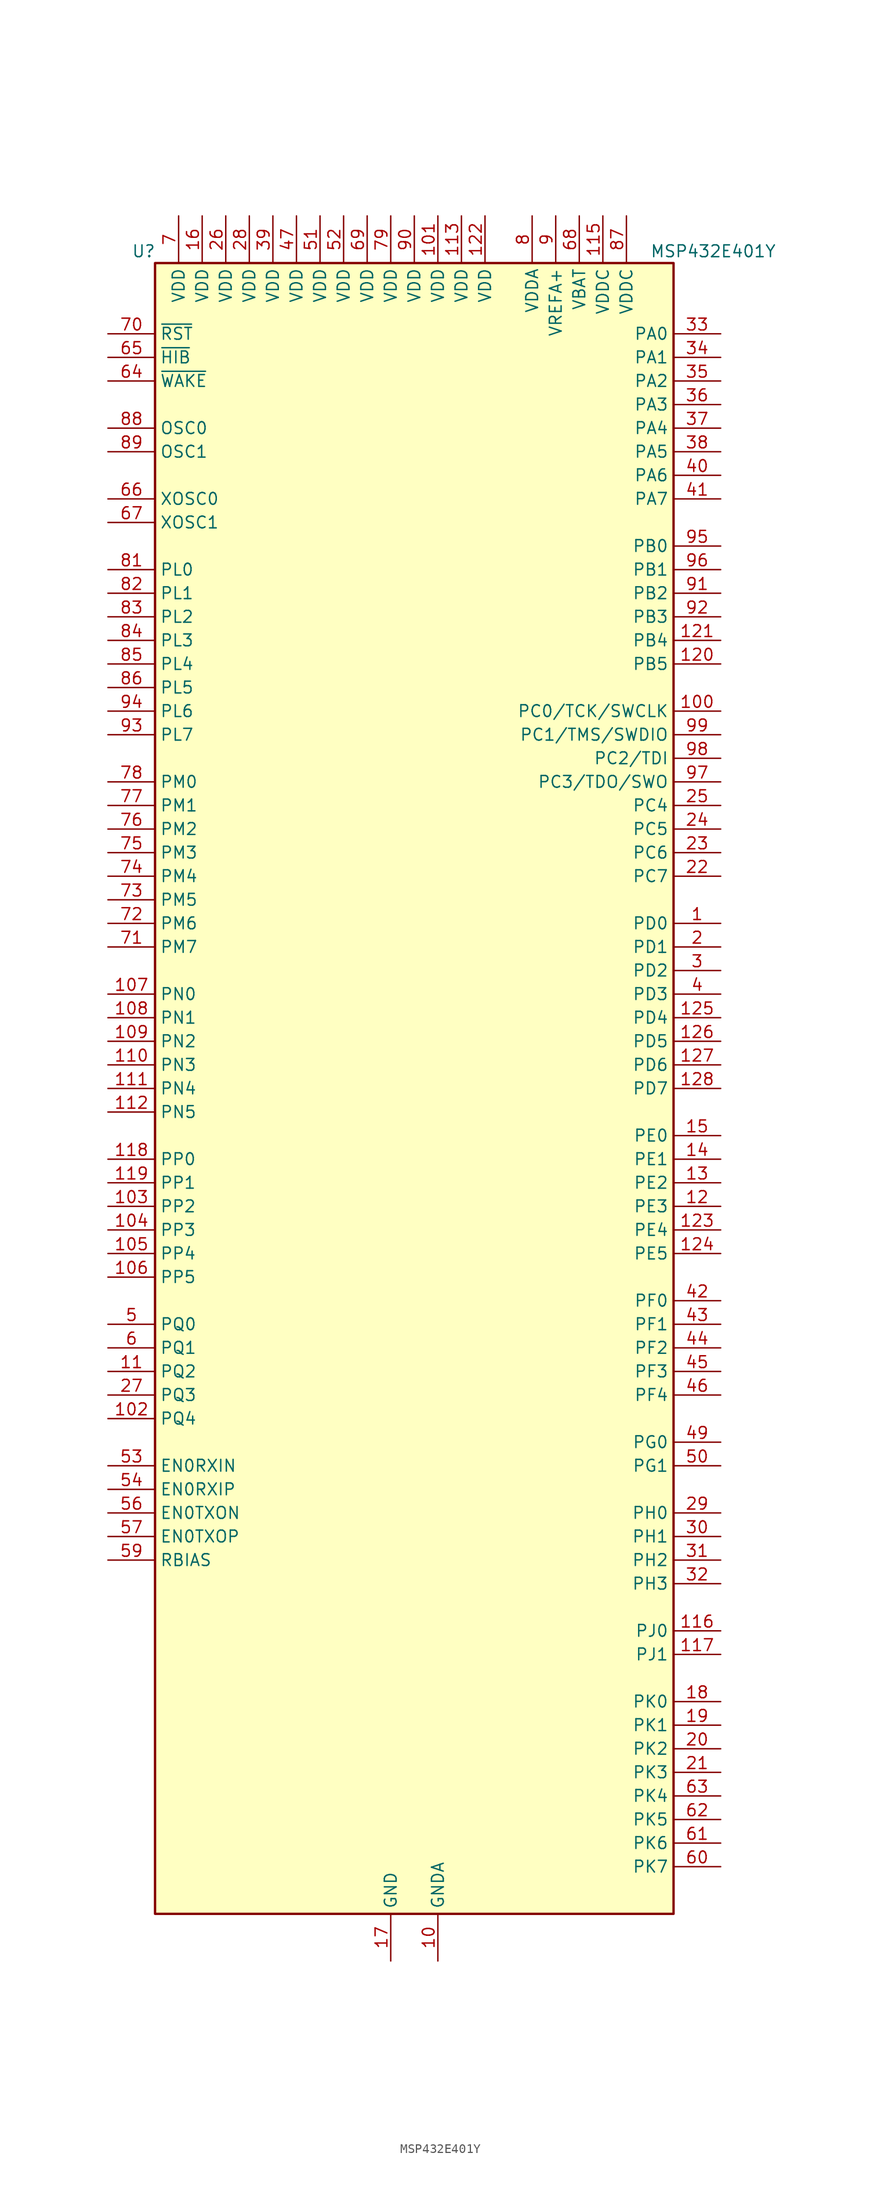
<source format=kicad_sym>
(kicad_symbol_lib
  (version 20220914)
  (generator kicad_symbol_editor)
  (symbol "MSP432E401Y"
    (property "Reference" "U"
      (at -30.48 90.17 0)
      (effects (font (size 1.27 1.27)) (justify left)))
    (property "Value" "MSP432E401Y"
      (at 25.4 90.17 0)
      (effects (font (size 1.27 1.27)) (justify left)))
    (symbol "MSP432E401Y_1_1"
      (rectangle (start -27.94 -88.9) (end 27.94 88.9) (stroke (width 0.254) (type default)) (fill (type background)))
      (pin bidirectional line (at 33.02 17.78 180) (length 5.08) (name "PD0" (effects (font (size 1.27 1.27)))) (number "1" (effects (font (size 1.27 1.27)))))
      (pin power_in line (at 2.54 -93.98 90) (length 5.08) (name "GNDA" (effects (font (size 1.27 1.27)))) (number "10" (effects (font (size 1.27 1.27)))))
      (pin bidirectional line (at 33.02 40.64 180) (length 5.08) (name "PC0/TCK/SWCLK" (effects (font (size 1.27 1.27)))) (number "100" (effects (font (size 1.27 1.27)))))
      (pin power_in line (at 2.54 93.98 270) (length 5.08) (name "VDD" (effects (font (size 1.27 1.27)))) (number "101" (effects (font (size 1.27 1.27)))))
      (pin bidirectional line (at -33.02 -35.56 0) (length 5.08) (name "PQ4" (effects (font (size 1.27 1.27)))) (number "102" (effects (font (size 1.27 1.27)))))
      (pin bidirectional line (at -33.02 -12.7 0) (length 5.08) (name "PP2" (effects (font (size 1.27 1.27)))) (number "103" (effects (font (size 1.27 1.27)))))
      (pin bidirectional line (at -33.02 -15.24 0) (length 5.08) (name "PP3" (effects (font (size 1.27 1.27)))) (number "104" (effects (font (size 1.27 1.27)))))
      (pin bidirectional line (at -33.02 -17.78 0) (length 5.08) (name "PP4" (effects (font (size 1.27 1.27)))) (number "105" (effects (font (size 1.27 1.27)))))
      (pin bidirectional line (at -33.02 -20.32 0) (length 5.08) (name "PP5" (effects (font (size 1.27 1.27)))) (number "106" (effects (font (size 1.27 1.27)))))
      (pin bidirectional line (at -33.02 10.16 0) (length 5.08) (name "PN0" (effects (font (size 1.27 1.27)))) (number "107" (effects (font (size 1.27 1.27)))))
      (pin bidirectional line (at -33.02 7.62 0) (length 5.08) (name "PN1" (effects (font (size 1.27 1.27)))) (number "108" (effects (font (size 1.27 1.27)))))
      (pin bidirectional line (at -33.02 5.08 0) (length 5.08) (name "PN2" (effects (font (size 1.27 1.27)))) (number "109" (effects (font (size 1.27 1.27)))))
      (pin bidirectional line (at -33.02 -30.48 0) (length 5.08) (name "PQ2" (effects (font (size 1.27 1.27)))) (number "11" (effects (font (size 1.27 1.27)))))
      (pin bidirectional line (at -33.02 2.54 0) (length 5.08) (name "PN3" (effects (font (size 1.27 1.27)))) (number "110" (effects (font (size 1.27 1.27)))))
      (pin bidirectional line (at -33.02 0 0) (length 5.08) (name "PN4" (effects (font (size 1.27 1.27)))) (number "111" (effects (font (size 1.27 1.27)))))
      (pin bidirectional line (at -33.02 -2.54 0) (length 5.08) (name "PN5" (effects (font (size 1.27 1.27)))) (number "112" (effects (font (size 1.27 1.27)))))
      (pin power_in line (at 5.08 93.98 270) (length 5.08) (name "VDD" (effects (font (size 1.27 1.27)))) (number "113" (effects (font (size 1.27 1.27)))))
      (pin passive line (at -2.54 -93.98 90) (length 5.08) hide (name "GND" (effects (font (size 1.27 1.27)))) (number "114" (effects (font (size 1.27 1.27)))))
      (pin power_in line (at 20.32 93.98 270) (length 5.08) (name "VDDC" (effects (font (size 1.27 1.27)))) (number "115" (effects (font (size 1.27 1.27)))))
      (pin bidirectional line (at 33.02 -58.42 180) (length 5.08) (name "PJ0" (effects (font (size 1.27 1.27)))) (number "116" (effects (font (size 1.27 1.27)))))
      (pin bidirectional line (at 33.02 -60.96 180) (length 5.08) (name "PJ1" (effects (font (size 1.27 1.27)))) (number "117" (effects (font (size 1.27 1.27)))))
      (pin bidirectional line (at -33.02 -7.62 0) (length 5.08) (name "PP0" (effects (font (size 1.27 1.27)))) (number "118" (effects (font (size 1.27 1.27)))))
      (pin bidirectional line (at -33.02 -10.16 0) (length 5.08) (name "PP1" (effects (font (size 1.27 1.27)))) (number "119" (effects (font (size 1.27 1.27)))))
      (pin bidirectional line (at 33.02 -12.7 180) (length 5.08) (name "PE3" (effects (font (size 1.27 1.27)))) (number "12" (effects (font (size 1.27 1.27)))))
      (pin bidirectional line (at 33.02 45.72 180) (length 5.08) (name "PB5" (effects (font (size 1.27 1.27)))) (number "120" (effects (font (size 1.27 1.27)))))
      (pin bidirectional line (at 33.02 48.26 180) (length 5.08) (name "PB4" (effects (font (size 1.27 1.27)))) (number "121" (effects (font (size 1.27 1.27)))))
      (pin power_in line (at 7.62 93.98 270) (length 5.08) (name "VDD" (effects (font (size 1.27 1.27)))) (number "122" (effects (font (size 1.27 1.27)))))
      (pin bidirectional line (at 33.02 -15.24 180) (length 5.08) (name "PE4" (effects (font (size 1.27 1.27)))) (number "123" (effects (font (size 1.27 1.27)))))
      (pin bidirectional line (at 33.02 -17.78 180) (length 5.08) (name "PE5" (effects (font (size 1.27 1.27)))) (number "124" (effects (font (size 1.27 1.27)))))
      (pin bidirectional line (at 33.02 7.62 180) (length 5.08) (name "PD4" (effects (font (size 1.27 1.27)))) (number "125" (effects (font (size 1.27 1.27)))))
      (pin bidirectional line (at 33.02 5.08 180) (length 5.08) (name "PD5" (effects (font (size 1.27 1.27)))) (number "126" (effects (font (size 1.27 1.27)))))
      (pin bidirectional line (at 33.02 2.54 180) (length 5.08) (name "PD6" (effects (font (size 1.27 1.27)))) (number "127" (effects (font (size 1.27 1.27)))))
      (pin bidirectional line (at 33.02 0 180) (length 5.08) (name "PD7" (effects (font (size 1.27 1.27)))) (number "128" (effects (font (size 1.27 1.27)))))
      (pin bidirectional line (at 33.02 -10.16 180) (length 5.08) (name "PE2" (effects (font (size 1.27 1.27)))) (number "13" (effects (font (size 1.27 1.27)))))
      (pin bidirectional line (at 33.02 -7.62 180) (length 5.08) (name "PE1" (effects (font (size 1.27 1.27)))) (number "14" (effects (font (size 1.27 1.27)))))
      (pin bidirectional line (at 33.02 -5.08 180) (length 5.08) (name "PE0" (effects (font (size 1.27 1.27)))) (number "15" (effects (font (size 1.27 1.27)))))
      (pin power_in line (at -22.86 93.98 270) (length 5.08) (name "VDD" (effects (font (size 1.27 1.27)))) (number "16" (effects (font (size 1.27 1.27)))))
      (pin power_in line (at -2.54 -93.98 90) (length 5.08) (name "GND" (effects (font (size 1.27 1.27)))) (number "17" (effects (font (size 1.27 1.27)))))
      (pin bidirectional line (at 33.02 -66.04 180) (length 5.08) (name "PK0" (effects (font (size 1.27 1.27)))) (number "18" (effects (font (size 1.27 1.27)))))
      (pin bidirectional line (at 33.02 -68.58 180) (length 5.08) (name "PK1" (effects (font (size 1.27 1.27)))) (number "19" (effects (font (size 1.27 1.27)))))
      (pin bidirectional line (at 33.02 15.24 180) (length 5.08) (name "PD1" (effects (font (size 1.27 1.27)))) (number "2" (effects (font (size 1.27 1.27)))))
      (pin bidirectional line (at 33.02 -71.12 180) (length 5.08) (name "PK2" (effects (font (size 1.27 1.27)))) (number "20" (effects (font (size 1.27 1.27)))))
      (pin bidirectional line (at 33.02 -73.66 180) (length 5.08) (name "PK3" (effects (font (size 1.27 1.27)))) (number "21" (effects (font (size 1.27 1.27)))))
      (pin bidirectional line (at 33.02 22.86 180) (length 5.08) (name "PC7" (effects (font (size 1.27 1.27)))) (number "22" (effects (font (size 1.27 1.27)))))
      (pin bidirectional line (at 33.02 25.4 180) (length 5.08) (name "PC6" (effects (font (size 1.27 1.27)))) (number "23" (effects (font (size 1.27 1.27)))))
      (pin bidirectional line (at 33.02 27.94 180) (length 5.08) (name "PC5" (effects (font (size 1.27 1.27)))) (number "24" (effects (font (size 1.27 1.27)))))
      (pin bidirectional line (at 33.02 30.48 180) (length 5.08) (name "PC4" (effects (font (size 1.27 1.27)))) (number "25" (effects (font (size 1.27 1.27)))))
      (pin power_in line (at -20.32 93.98 270) (length 5.08) (name "VDD" (effects (font (size 1.27 1.27)))) (number "26" (effects (font (size 1.27 1.27)))))
      (pin bidirectional line (at -33.02 -33.02 0) (length 5.08) (name "PQ3" (effects (font (size 1.27 1.27)))) (number "27" (effects (font (size 1.27 1.27)))))
      (pin power_in line (at -17.78 93.98 270) (length 5.08) (name "VDD" (effects (font (size 1.27 1.27)))) (number "28" (effects (font (size 1.27 1.27)))))
      (pin bidirectional line (at 33.02 -45.72 180) (length 5.08) (name "PH0" (effects (font (size 1.27 1.27)))) (number "29" (effects (font (size 1.27 1.27)))))
      (pin bidirectional line (at 33.02 12.7 180) (length 5.08) (name "PD2" (effects (font (size 1.27 1.27)))) (number "3" (effects (font (size 1.27 1.27)))))
      (pin bidirectional line (at 33.02 -48.26 180) (length 5.08) (name "PH1" (effects (font (size 1.27 1.27)))) (number "30" (effects (font (size 1.27 1.27)))))
      (pin bidirectional line (at 33.02 -50.8 180) (length 5.08) (name "PH2" (effects (font (size 1.27 1.27)))) (number "31" (effects (font (size 1.27 1.27)))))
      (pin bidirectional line (at 33.02 -53.34 180) (length 5.08) (name "PH3" (effects (font (size 1.27 1.27)))) (number "32" (effects (font (size 1.27 1.27)))))
      (pin bidirectional line (at 33.02 81.28 180) (length 5.08) (name "PA0" (effects (font (size 1.27 1.27)))) (number "33" (effects (font (size 1.27 1.27)))))
      (pin bidirectional line (at 33.02 78.74 180) (length 5.08) (name "PA1" (effects (font (size 1.27 1.27)))) (number "34" (effects (font (size 1.27 1.27)))))
      (pin bidirectional line (at 33.02 76.2 180) (length 5.08) (name "PA2" (effects (font (size 1.27 1.27)))) (number "35" (effects (font (size 1.27 1.27)))))
      (pin bidirectional line (at 33.02 73.66 180) (length 5.08) (name "PA3" (effects (font (size 1.27 1.27)))) (number "36" (effects (font (size 1.27 1.27)))))
      (pin bidirectional line (at 33.02 71.12 180) (length 5.08) (name "PA4" (effects (font (size 1.27 1.27)))) (number "37" (effects (font (size 1.27 1.27)))))
      (pin bidirectional line (at 33.02 68.58 180) (length 5.08) (name "PA5" (effects (font (size 1.27 1.27)))) (number "38" (effects (font (size 1.27 1.27)))))
      (pin power_in line (at -15.24 93.98 270) (length 5.08) (name "VDD" (effects (font (size 1.27 1.27)))) (number "39" (effects (font (size 1.27 1.27)))))
      (pin bidirectional line (at 33.02 10.16 180) (length 5.08) (name "PD3" (effects (font (size 1.27 1.27)))) (number "4" (effects (font (size 1.27 1.27)))))
      (pin bidirectional line (at 33.02 66.04 180) (length 5.08) (name "PA6" (effects (font (size 1.27 1.27)))) (number "40" (effects (font (size 1.27 1.27)))))
      (pin bidirectional line (at 33.02 63.5 180) (length 5.08) (name "PA7" (effects (font (size 1.27 1.27)))) (number "41" (effects (font (size 1.27 1.27)))))
      (pin bidirectional line (at 33.02 -22.86 180) (length 5.08) (name "PF0" (effects (font (size 1.27 1.27)))) (number "42" (effects (font (size 1.27 1.27)))))
      (pin bidirectional line (at 33.02 -25.4 180) (length 5.08) (name "PF1" (effects (font (size 1.27 1.27)))) (number "43" (effects (font (size 1.27 1.27)))))
      (pin bidirectional line (at 33.02 -27.94 180) (length 5.08) (name "PF2" (effects (font (size 1.27 1.27)))) (number "44" (effects (font (size 1.27 1.27)))))
      (pin bidirectional line (at 33.02 -30.48 180) (length 5.08) (name "PF3" (effects (font (size 1.27 1.27)))) (number "45" (effects (font (size 1.27 1.27)))))
      (pin bidirectional line (at 33.02 -33.02 180) (length 5.08) (name "PF4" (effects (font (size 1.27 1.27)))) (number "46" (effects (font (size 1.27 1.27)))))
      (pin power_in line (at -12.7 93.98 270) (length 5.08) (name "VDD" (effects (font (size 1.27 1.27)))) (number "47" (effects (font (size 1.27 1.27)))))
      (pin passive line (at -2.54 -93.98 90) (length 5.08) hide (name "GND" (effects (font (size 1.27 1.27)))) (number "48" (effects (font (size 1.27 1.27)))))
      (pin bidirectional line (at 33.02 -38.1 180) (length 5.08) (name "PG0" (effects (font (size 1.27 1.27)))) (number "49" (effects (font (size 1.27 1.27)))))
      (pin bidirectional line (at -33.02 -25.4 0) (length 5.08) (name "PQ0" (effects (font (size 1.27 1.27)))) (number "5" (effects (font (size 1.27 1.27)))))
      (pin bidirectional line (at 33.02 -40.64 180) (length 5.08) (name "PG1" (effects (font (size 1.27 1.27)))) (number "50" (effects (font (size 1.27 1.27)))))
      (pin power_in line (at -10.16 93.98 270) (length 5.08) (name "VDD" (effects (font (size 1.27 1.27)))) (number "51" (effects (font (size 1.27 1.27)))))
      (pin power_in line (at -7.62 93.98 270) (length 5.08) (name "VDD" (effects (font (size 1.27 1.27)))) (number "52" (effects (font (size 1.27 1.27)))))
      (pin bidirectional line (at -33.02 -40.64 0) (length 5.08) (name "EN0RXIN" (effects (font (size 1.27 1.27)))) (number "53" (effects (font (size 1.27 1.27)))))
      (pin bidirectional line (at -33.02 -43.18 0) (length 5.08) (name "EN0RXIP" (effects (font (size 1.27 1.27)))) (number "54" (effects (font (size 1.27 1.27)))))
      (pin passive line (at -2.54 -93.98 90) (length 5.08) hide (name "GND" (effects (font (size 1.27 1.27)))) (number "55" (effects (font (size 1.27 1.27)))))
      (pin bidirectional line (at -33.02 -45.72 0) (length 5.08) (name "EN0TXON" (effects (font (size 1.27 1.27)))) (number "56" (effects (font (size 1.27 1.27)))))
      (pin bidirectional line (at -33.02 -48.26 0) (length 5.08) (name "EN0TXOP" (effects (font (size 1.27 1.27)))) (number "57" (effects (font (size 1.27 1.27)))))
      (pin passive line (at -2.54 -93.98 90) (length 5.08) hide (name "GND" (effects (font (size 1.27 1.27)))) (number "58" (effects (font (size 1.27 1.27)))))
      (pin passive line (at -33.02 -50.8 0) (length 5.08) (name "RBIAS" (effects (font (size 1.27 1.27)))) (number "59" (effects (font (size 1.27 1.27)))))
      (pin bidirectional line (at -33.02 -27.94 0) (length 5.08) (name "PQ1" (effects (font (size 1.27 1.27)))) (number "6" (effects (font (size 1.27 1.27)))))
      (pin bidirectional line (at 33.02 -83.82 180) (length 5.08) (name "PK7" (effects (font (size 1.27 1.27)))) (number "60" (effects (font (size 1.27 1.27)))))
      (pin bidirectional line (at 33.02 -81.28 180) (length 5.08) (name "PK6" (effects (font (size 1.27 1.27)))) (number "61" (effects (font (size 1.27 1.27)))))
      (pin bidirectional line (at 33.02 -78.74 180) (length 5.08) (name "PK5" (effects (font (size 1.27 1.27)))) (number "62" (effects (font (size 1.27 1.27)))))
      (pin bidirectional line (at 33.02 -76.2 180) (length 5.08) (name "PK4" (effects (font (size 1.27 1.27)))) (number "63" (effects (font (size 1.27 1.27)))))
      (pin input line (at -33.02 76.2 0) (length 5.08) (name "~{WAKE}" (effects (font (size 1.27 1.27)))) (number "64" (effects (font (size 1.27 1.27)))))
      (pin output line (at -33.02 78.74 0) (length 5.08) (name "~{HIB}" (effects (font (size 1.27 1.27)))) (number "65" (effects (font (size 1.27 1.27)))))
      (pin input line (at -33.02 63.5 0) (length 5.08) (name "XOSC0" (effects (font (size 1.27 1.27)))) (number "66" (effects (font (size 1.27 1.27)))))
      (pin output line (at -33.02 60.96 0) (length 5.08) (name "XOSC1" (effects (font (size 1.27 1.27)))) (number "67" (effects (font (size 1.27 1.27)))))
      (pin power_in line (at 17.78 93.98 270) (length 5.08) (name "VBAT" (effects (font (size 1.27 1.27)))) (number "68" (effects (font (size 1.27 1.27)))))
      (pin power_in line (at -5.08 93.98 270) (length 5.08) (name "VDD" (effects (font (size 1.27 1.27)))) (number "69" (effects (font (size 1.27 1.27)))))
      (pin power_in line (at -25.4 93.98 270) (length 5.08) (name "VDD" (effects (font (size 1.27 1.27)))) (number "7" (effects (font (size 1.27 1.27)))))
      (pin input line (at -33.02 81.28 0) (length 5.08) (name "~{RST}" (effects (font (size 1.27 1.27)))) (number "70" (effects (font (size 1.27 1.27)))))
      (pin bidirectional line (at -33.02 15.24 0) (length 5.08) (name "PM7" (effects (font (size 1.27 1.27)))) (number "71" (effects (font (size 1.27 1.27)))))
      (pin bidirectional line (at -33.02 17.78 0) (length 5.08) (name "PM6" (effects (font (size 1.27 1.27)))) (number "72" (effects (font (size 1.27 1.27)))))
      (pin bidirectional line (at -33.02 20.32 0) (length 5.08) (name "PM5" (effects (font (size 1.27 1.27)))) (number "73" (effects (font (size 1.27 1.27)))))
      (pin bidirectional line (at -33.02 22.86 0) (length 5.08) (name "PM4" (effects (font (size 1.27 1.27)))) (number "74" (effects (font (size 1.27 1.27)))))
      (pin bidirectional line (at -33.02 25.4 0) (length 5.08) (name "PM3" (effects (font (size 1.27 1.27)))) (number "75" (effects (font (size 1.27 1.27)))))
      (pin bidirectional line (at -33.02 27.94 0) (length 5.08) (name "PM2" (effects (font (size 1.27 1.27)))) (number "76" (effects (font (size 1.27 1.27)))))
      (pin bidirectional line (at -33.02 30.48 0) (length 5.08) (name "PM1" (effects (font (size 1.27 1.27)))) (number "77" (effects (font (size 1.27 1.27)))))
      (pin bidirectional line (at -33.02 33.02 0) (length 5.08) (name "PM0" (effects (font (size 1.27 1.27)))) (number "78" (effects (font (size 1.27 1.27)))))
      (pin power_in line (at -2.54 93.98 270) (length 5.08) (name "VDD" (effects (font (size 1.27 1.27)))) (number "79" (effects (font (size 1.27 1.27)))))
      (pin power_in line (at 12.7 93.98 270) (length 5.08) (name "VDDA" (effects (font (size 1.27 1.27)))) (number "8" (effects (font (size 1.27 1.27)))))
      (pin passive line (at -2.54 -93.98 90) (length 5.08) hide (name "GND" (effects (font (size 1.27 1.27)))) (number "80" (effects (font (size 1.27 1.27)))))
      (pin bidirectional line (at -33.02 55.88 0) (length 5.08) (name "PL0" (effects (font (size 1.27 1.27)))) (number "81" (effects (font (size 1.27 1.27)))))
      (pin bidirectional line (at -33.02 53.34 0) (length 5.08) (name "PL1" (effects (font (size 1.27 1.27)))) (number "82" (effects (font (size 1.27 1.27)))))
      (pin bidirectional line (at -33.02 50.8 0) (length 5.08) (name "PL2" (effects (font (size 1.27 1.27)))) (number "83" (effects (font (size 1.27 1.27)))))
      (pin bidirectional line (at -33.02 48.26 0) (length 5.08) (name "PL3" (effects (font (size 1.27 1.27)))) (number "84" (effects (font (size 1.27 1.27)))))
      (pin bidirectional line (at -33.02 45.72 0) (length 5.08) (name "PL4" (effects (font (size 1.27 1.27)))) (number "85" (effects (font (size 1.27 1.27)))))
      (pin bidirectional line (at -33.02 43.18 0) (length 5.08) (name "PL5" (effects (font (size 1.27 1.27)))) (number "86" (effects (font (size 1.27 1.27)))))
      (pin power_in line (at 22.86 93.98 270) (length 5.08) (name "VDDC" (effects (font (size 1.27 1.27)))) (number "87" (effects (font (size 1.27 1.27)))))
      (pin input line (at -33.02 71.12 0) (length 5.08) (name "OSC0" (effects (font (size 1.27 1.27)))) (number "88" (effects (font (size 1.27 1.27)))))
      (pin output line (at -33.02 68.58 0) (length 5.08) (name "OSC1" (effects (font (size 1.27 1.27)))) (number "89" (effects (font (size 1.27 1.27)))))
      (pin power_in line (at 15.24 93.98 270) (length 5.08) (name "VREFA+" (effects (font (size 1.27 1.27)))) (number "9" (effects (font (size 1.27 1.27)))))
      (pin power_in line (at 0 93.98 270) (length 5.08) (name "VDD" (effects (font (size 1.27 1.27)))) (number "90" (effects (font (size 1.27 1.27)))))
      (pin bidirectional line (at 33.02 53.34 180) (length 5.08) (name "PB2" (effects (font (size 1.27 1.27)))) (number "91" (effects (font (size 1.27 1.27)))))
      (pin bidirectional line (at 33.02 50.8 180) (length 5.08) (name "PB3" (effects (font (size 1.27 1.27)))) (number "92" (effects (font (size 1.27 1.27)))))
      (pin bidirectional line (at -33.02 38.1 0) (length 5.08) (name "PL7" (effects (font (size 1.27 1.27)))) (number "93" (effects (font (size 1.27 1.27)))))
      (pin bidirectional line (at -33.02 40.64 0) (length 5.08) (name "PL6" (effects (font (size 1.27 1.27)))) (number "94" (effects (font (size 1.27 1.27)))))
      (pin bidirectional line (at 33.02 58.42 180) (length 5.08) (name "PB0" (effects (font (size 1.27 1.27)))) (number "95" (effects (font (size 1.27 1.27)))))
      (pin bidirectional line (at 33.02 55.88 180) (length 5.08) (name "PB1" (effects (font (size 1.27 1.27)))) (number "96" (effects (font (size 1.27 1.27)))))
      (pin bidirectional line (at 33.02 33.02 180) (length 5.08) (name "PC3/TDO/SWO" (effects (font (size 1.27 1.27)))) (number "97" (effects (font (size 1.27 1.27)))))
      (pin bidirectional line (at 33.02 35.56 180) (length 5.08) (name "PC2/TDI" (effects (font (size 1.27 1.27)))) (number "98" (effects (font (size 1.27 1.27)))))
      (pin bidirectional line (at 33.02 38.1 180) (length 5.08) (name "PC1/TMS/SWDIO" (effects (font (size 1.27 1.27)))) (number "99" (effects (font (size 1.27 1.27))))))))
</source>
